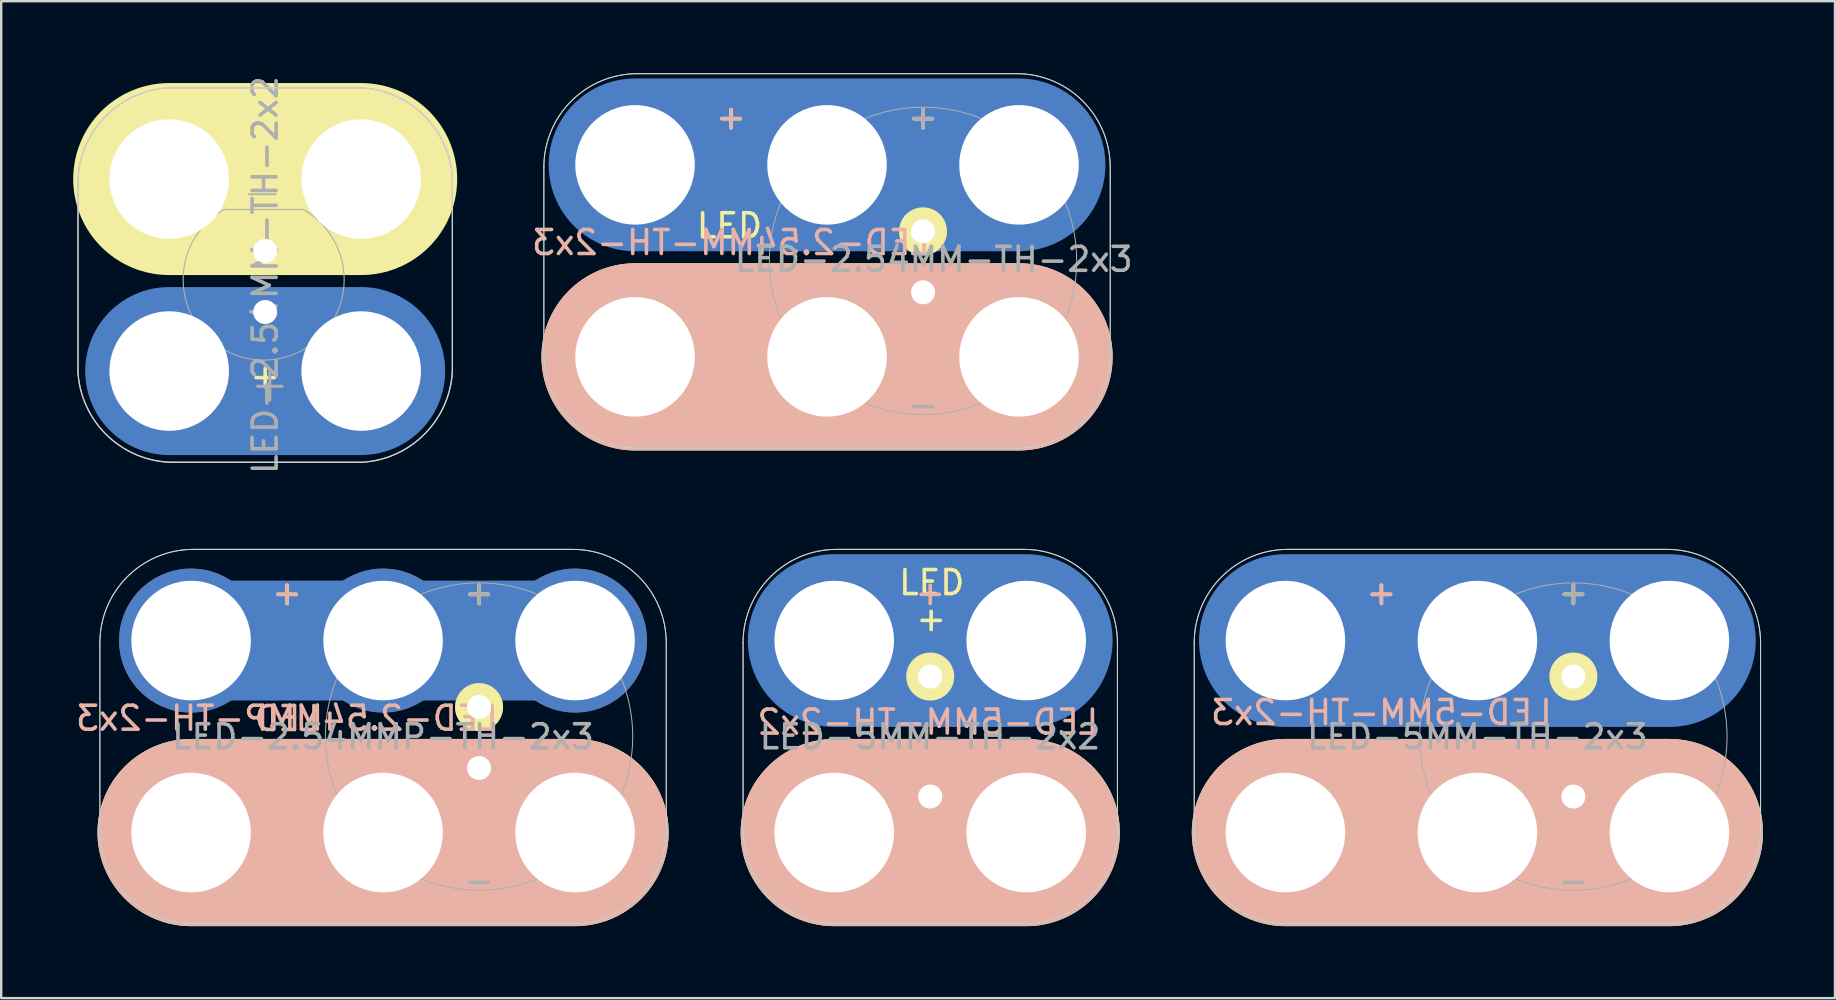
<source format=kicad_pcb>
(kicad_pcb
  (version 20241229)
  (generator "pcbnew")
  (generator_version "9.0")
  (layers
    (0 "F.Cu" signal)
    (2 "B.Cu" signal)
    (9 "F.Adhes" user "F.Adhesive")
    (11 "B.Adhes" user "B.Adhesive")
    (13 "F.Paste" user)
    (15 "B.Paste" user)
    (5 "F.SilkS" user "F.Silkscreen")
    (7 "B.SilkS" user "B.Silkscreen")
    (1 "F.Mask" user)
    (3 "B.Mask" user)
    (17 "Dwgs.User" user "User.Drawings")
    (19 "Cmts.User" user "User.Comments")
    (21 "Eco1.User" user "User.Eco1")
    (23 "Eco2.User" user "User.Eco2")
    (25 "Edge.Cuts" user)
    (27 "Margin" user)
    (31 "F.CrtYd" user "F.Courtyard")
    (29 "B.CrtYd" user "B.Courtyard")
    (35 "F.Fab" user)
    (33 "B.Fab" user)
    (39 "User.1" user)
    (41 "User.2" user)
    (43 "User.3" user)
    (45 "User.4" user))
  (footprint "LED-5MM-TH-2x3"
    (layer "F.Cu")
    (at 58.512 31.642)
    (property "Reference" "LED-5MM-TH-2x3" (at -4 -5 180) (layer "B.SilkS") (effects (font (size 1 1) (thickness 0.15)) (justify mirror)))
    (attr through_hole)
    (fp_line (start 8 -8) (end -8 -8) (stroke (width 7.2) (type solid)) (layer "B.Cu"))
    (fp_line (start 8 0) (end -8 0) (stroke (width 7.2) (type solid)) (layer "B.Cu"))
    (fp_line (start 8 -8) (end -8 -8) (stroke (width 7.2) (type solid)) (layer "B.Mask"))
    (fp_line (start 8 0) (end -8 0) (stroke (width 7.2) (type solid)) (layer "B.Mask"))
    (fp_line (start -8 0) (end 8 0) (stroke (width 7.8) (type solid)) (layer "F.SilkS"))
    (fp_line (start -8 0) (end 8 0) (stroke (width 7.8) (type solid)) (layer "B.SilkS"))
    (fp_line (start -11.8 -0.1) (end -11.8 -7.9) (stroke (width 0.041) (type solid)) (layer "Edge.Cuts"))
    (fp_line (start 7.9 -11.8) (end -7.9 -11.8) (stroke (width 0.041) (type solid)) (layer "Edge.Cuts"))
    (fp_line (start 7.9 3.8) (end -7.9 3.8) (stroke (width 0.041) (type solid)) (layer "Edge.Cuts"))
    (fp_line (start 11.8 -0.1) (end 11.8 -7.9) (stroke (width 0.041) (type solid)) (layer "Edge.Cuts"))
    (fp_arc (start -11.8 -7.9) (mid -10.657716 -10.657716) (end -7.9 -11.8) (stroke (width 0.04064) (type solid)) (layer "Edge.Cuts"))
    (fp_arc (start -7.9 3.8) (mid -10.657716 2.657716) (end -11.8 -0.1) (stroke (width 0.04064) (type solid)) (layer "Edge.Cuts"))
    (fp_arc (start 7.9 -11.8) (mid 10.657716 -10.657716) (end 11.8 -7.9) (stroke (width 0.04064) (type solid)) (layer "Edge.Cuts"))
    (fp_arc (start 11.8 -0.1) (mid 10.657716 2.657716) (end 7.9 3.8) (stroke (width 0.04064) (type solid)) (layer "Edge.Cuts"))
    (fp_line (start -11.8 -0.1) (end -11.8 -7.9) (stroke (width 0.041) (type solid)) (layer "F.Fab"))
    (fp_line (start 7.9 -11.8) (end -7.9 -11.8) (stroke (width 0.041) (type solid)) (layer "F.Fab"))
    (fp_line (start 7.9 3.8) (end -7.9 3.8) (stroke (width 0.041) (type solid)) (layer "F.Fab"))
    (fp_line (start 11.8 -0.1) (end 11.8 -7.9) (stroke (width 0.041) (type solid)) (layer "F.Fab"))
    (fp_arc (start -11.8 -7.9) (mid -10.657716 -10.657716) (end -7.9 -11.8) (stroke (width 0.04064) (type solid)) (layer "F.Fab"))
    (fp_arc (start -7.9 3.8) (mid -10.657716 2.657716) (end -11.8 -0.1) (stroke (width 0.04064) (type solid)) (layer "F.Fab"))
    (fp_arc (start 7.9 -11.8) (mid 10.657716 -10.657716) (end 11.8 -7.9) (stroke (width 0.04064) (type solid)) (layer "F.Fab"))
    (fp_arc (start 11.8 -0.1) (mid 10.657716 2.657716) (end 7.9 3.8) (stroke (width 0.04064) (type solid)) (layer "F.Fab"))
    (fp_circle (center 4 -4) (end 8 1) (stroke (width 0.041) (type solid)) (fill no) (layer "F.Fab"))
    (fp_text user "+" (at -4 -10 0) (layer "F.SilkS") (effects (font (size 1 1) (thickness 0.15))))
    (fp_text user "-" (at 4 3 0) (layer "F.SilkS") (effects (font (size 1 1) (thickness 0.15))))
    (fp_text user "+" (at 4 -10 0) (layer "F.SilkS") (effects (font (size 1 1) (thickness 0.15))))
    (fp_text user "+" (at 4 -10 0) (layer "B.SilkS") (effects (font (size 1 1) (thickness 0.15)) (justify mirror)))
    (fp_text user "+" (at -4 -10 0) (layer "B.SilkS") (effects (font (size 1 1) (thickness 0.15)) (justify mirror)))
    (fp_text user "-" (at 4 2 0) (layer "F.Fab") (effects (font (size 1 1) (thickness 0.15))))
    (fp_text user "${REFERENCE}" (at 0 -3.99 0) (layer "F.Fab") (effects (font (size 1 1) (thickness 0.15))))
    (fp_text user "+" (at 4 -10 0) (layer "F.Fab") (effects (font (size 1 1) (thickness 0.15))))
    (pad "+" thru_hole circle (at -8 -8) (size 6 6) (drill 4.98) (layers "*.Cu" "*.Mask"))
    (pad "+" thru_hole circle (at 0 -8) (size 6 6) (drill 4.98) (layers "*.Cu" "*.Mask"))
    (pad "+" thru_hole circle (at 4 -6.5) (size 2 2) (drill 1.001) (layers "*.Cu" "*.Mask" "F.SilkS"))
    (pad "+" thru_hole circle (at 8 -8) (size 6 6) (drill 4.98) (layers "*.Cu" "*.Mask"))
    (pad "-" thru_hole circle (at -8 0) (size 6 6) (drill 4.98) (layers "*.Cu" "*.Mask"))
    (pad "-" thru_hole circle (at 0 0) (size 6 6) (drill 4.98) (layers "*.Cu" "*.Mask"))
    (pad "-" thru_hole circle (at 4 -1.5 270) (size 1.9 1.9) (drill 1.001) (layers "*.Cu" "*.Mask" "F.SilkS"))
    (pad "-" thru_hole circle (at 8 0) (size 6 6) (drill 4.98) (layers "*.Cu" "*.Mask")))
  (footprint "LED-5MM-TH-2x2"
    (layer "F.Cu")
    (at 31.712 31.642)
    (property "Reference" "LED-5MM-TH-2x2" (at 3.9 -4.6 0) (layer "B.SilkS") (effects (font (size 1 1) (thickness 0.15)) (justify mirror)))
    (attr through_hole)
    (fp_line (start 8 -8) (end 0 -8) (stroke (width 7.2) (type solid)) (layer "B.Cu"))
    (fp_line (start 8 0) (end 0 0) (stroke (width 7.2) (type solid)) (layer "B.Cu"))
    (fp_line (start 8 -8) (end 0 -8) (stroke (width 7.2) (type solid)) (layer "B.Mask"))
    (fp_line (start 8 0) (end 0 0) (stroke (width 7.2) (type solid)) (layer "B.Mask"))
    (fp_line (start 0 0) (end 8 0) (stroke (width 7.8) (type solid)) (layer "F.SilkS"))
    (fp_line (start 0 0) (end 8 0) (stroke (width 7.8) (type solid)) (layer "B.SilkS"))
    (fp_line (start -3.8 -0.1) (end -3.8 -7.9) (stroke (width 0.041) (type solid)) (layer "Edge.Cuts"))
    (fp_line (start 7.9 -11.8) (end 0.1 -11.8) (stroke (width 0.041) (type solid)) (layer "Edge.Cuts"))
    (fp_line (start 7.9 3.8) (end 0.1 3.8) (stroke (width 0.041) (type solid)) (layer "Edge.Cuts"))
    (fp_line (start 11.8 -0.1) (end 11.8 -7.9) (stroke (width 0.041) (type solid)) (layer "Edge.Cuts"))
    (fp_arc (start -3.8 -7.9) (mid -2.657716 -10.657716) (end 0.1 -11.8) (stroke (width 0.04064) (type solid)) (layer "Edge.Cuts"))
    (fp_arc (start 0.1 3.8) (mid -2.657716 2.657716) (end -3.8 -0.1) (stroke (width 0.04064) (type solid)) (layer "Edge.Cuts"))
    (fp_arc (start 7.9 -11.8) (mid 10.657716 -10.657716) (end 11.8 -7.9) (stroke (width 0.04064) (type solid)) (layer "Edge.Cuts"))
    (fp_arc (start 11.8 -0.1) (mid 10.657716 2.657716) (end 7.9 3.8) (stroke (width 0.04064) (type solid)) (layer "Edge.Cuts"))
    (fp_line (start -3.8 -0.1) (end -3.8 -7.9) (stroke (width 0.041) (type solid)) (layer "F.Fab"))
    (fp_line (start 7.9 -11.8) (end 0.1 -11.8) (stroke (width 0.041) (type solid)) (layer "F.Fab"))
    (fp_line (start 7.9 3.8) (end 0.1 3.8) (stroke (width 0.041) (type solid)) (layer "F.Fab"))
    (fp_line (start 11.8 -0.1) (end 11.8 -7.9) (stroke (width 0.041) (type solid)) (layer "F.Fab"))
    (fp_arc (start -3.8 -7.9) (mid -2.657716 -10.657716) (end 0.1 -11.8) (stroke (width 0.04064) (type solid)) (layer "F.Fab"))
    (fp_arc (start 0.1 3.8) (mid -2.657716 2.657716) (end -3.8 -0.1) (stroke (width 0.04064) (type solid)) (layer "F.Fab"))
    (fp_arc (start 7.9 -11.8) (mid 10.657716 -10.657716) (end 11.8 -7.9) (stroke (width 0.04064) (type solid)) (layer "F.Fab"))
    (fp_arc (start 11.8 -0.1) (mid 10.657716 2.657716) (end 7.9 3.8) (stroke (width 0.04064) (type solid)) (layer "F.Fab"))
    (fp_text user "LED" (at 4.064 -10.414 180) (layer "F.SilkS") (effects (font (size 1 1) (thickness 0.15))))
    (fp_text user "+" (at 4.039 -8.915 0) (layer "F.SilkS") (effects (font (size 1 1) (thickness 0.15))))
    (fp_text user "-" (at 4 3 0) (layer "F.SilkS") (effects (font (size 1 1) (thickness 0.15))))
    (fp_text user "+" (at 4 -10 0) (layer "B.SilkS") (effects (font (size 1 1) (thickness 0.15)) (justify mirror)))
    (fp_text user "${REFERENCE}" (at 3.99 -3.99 0) (layer "F.Fab") (effects (font (size 1 1) (thickness 0.15))))
    (pad "+" thru_hole circle (at 0 -8) (size 6 6) (drill 4.98) (layers "*.Cu" "*.Mask"))
    (pad "+" thru_hole circle (at 4 -6.5) (size 2 2) (drill 1.001) (layers "*.Cu" "*.Mask" "F.SilkS"))
    (pad "+" thru_hole circle (at 8 -8) (size 6 6) (drill 4.98) (layers "*.Cu" "*.Mask"))
    (pad "-" thru_hole circle (at 0 0) (size 6 6) (drill 4.98) (layers "*.Cu" "*.Mask"))
    (pad "-" thru_hole circle (at 4 -1.5 270) (size 1.9 1.9) (drill 1.001) (layers "*.Cu" "*.Mask" "F.SilkS"))
    (pad "-" thru_hole circle (at 8 0) (size 6 6) (drill 4.98) (layers "*.Cu" "*.Mask")))
  (footprint "LED-2.54MM-TH-2x2"
    (layer "F.Cu")
    (at 4 12.411)
    (property "Reference" "LED-2.54MM-TH-2x2" (at 4 -4 90) (layer "F.Fab") (effects (font (size 1 1) (thickness 0.15))))
    (attr through_hole)
    (fp_line (start 4 -5.2) (end 4 -6.3) (stroke (width 2) (type solid)) (layer "B.Cu"))
    (fp_line (start 4 -1.35) (end 4 -2.45) (stroke (width 2) (type solid)) (layer "B.Cu"))
    (fp_line (start 8 -8) (end 0 -8) (stroke (width 7) (type solid)) (layer "B.Cu"))
    (fp_line (start 8 0) (end 0 0) (stroke (width 7) (type solid)) (layer "B.Cu"))
    (fp_line (start 8.001 -9.5) (end 0.025 -9.5) (stroke (width 4) (type solid)) (layer "B.Mask"))
    (fp_line (start 8.255 1.473) (end 0.279 1.473) (stroke (width 4) (type solid)) (layer "B.Mask"))
    (fp_arc (start -0.0254 -5.0546) (mid -2.092457 -10.136818) (end 2.971909 -8.0264) (stroke (width 1) (type solid)) (layer "B.Mask"))
    (fp_arc (start 2.9464 0.0254) (mid -2.135818 2.092457) (end -0.0254 -2.971909) (stroke (width 1) (type solid)) (layer "B.Mask"))
    (fp_arc (start 5.0292 -8.0518) (mid 10.111418 -10.118857) (end 8.001 -5.054491) (stroke (width 1) (type solid)) (layer "B.Mask"))
    (fp_arc (start 8.001 -2.9718) (mid 10.068057 2.110418) (end 5.003691 0) (stroke (width 1) (type solid)) (layer "B.Mask"))
    (fp_line (start 0 -8) (end 8 -8) (stroke (width 8) (type solid)) (layer "F.SilkS"))
    (fp_line (start 2.5 -6.23) (end 5.5 -6.23) (stroke (width 0.15) (type solid)) (layer "F.SilkS"))
    (fp_line (start -3.8 -8) (end -3.8 0) (stroke (width 0.05) (type solid)) (layer "Edge.Cuts"))
    (fp_line (start 0 -11.8) (end 8 -11.8) (stroke (width 0.05) (type solid)) (layer "Edge.Cuts"))
    (fp_line (start 0 3.8) (end 8 3.8) (stroke (width 0.05) (type solid)) (layer "Edge.Cuts"))
    (fp_line (start 11.8 -8) (end 11.8 0) (stroke (width 0.05) (type solid)) (layer "Edge.Cuts"))
    (fp_arc (start -3.8 -8) (mid -2.636928 -10.631138) (end -0.009972 -11.803625) (stroke (width 0.05) (type solid)) (layer "Edge.Cuts"))
    (fp_arc (start 0 3.8) (mid -2.631138 2.636928) (end -3.803625 0.009972) (stroke (width 0.05) (type solid)) (layer "Edge.Cuts"))
    (fp_arc (start 8 -11.8) (mid 10.631138 -10.636928) (end 11.803625 -8.009972) (stroke (width 0.05) (type solid)) (layer "Edge.Cuts"))
    (fp_arc (start 11.8 0) (mid 10.636928 2.631138) (end 8.009972 3.803625) (stroke (width 0.05) (type solid)) (layer "Edge.Cuts"))
    (fp_line (start -3.8 -8) (end -3.8 0) (stroke (width 0.05) (type solid)) (layer "F.Fab"))
    (fp_line (start 0 -11.8) (end 8 -11.8) (stroke (width 0.05) (type solid)) (layer "F.Fab"))
    (fp_line (start 0 3.8) (end 8 3.8) (stroke (width 0.05) (type solid)) (layer "F.Fab"))
    (fp_line (start 2.286 -6.731) (end 5.588 -6.731) (stroke (width 0.046) (type solid)) (layer "F.Fab"))
    (fp_line (start 3.302 -7.366) (end 4.445 -7.366) (stroke (width 0.076) (type solid)) (layer "F.Fab"))
    (fp_line (start 3.683 0.635) (end 4.699 0.635) (stroke (width 0.127) (type solid)) (layer "F.Fab"))
    (fp_line (start 4.191 1.206) (end 4.191 0.064) (stroke (width 0.127) (type solid)) (layer "F.Fab"))
    (fp_line (start 11.8 -8) (end 11.8 0) (stroke (width 0.05) (type solid)) (layer "F.Fab"))
    (fp_arc (start -3.8 -8) (mid -2.636928 -10.631138) (end -0.009972 -11.803625) (stroke (width 0.05) (type solid)) (layer "F.Fab"))
    (fp_arc (start 0 3.8) (mid -2.631138 2.636928) (end -3.803625 0.009972) (stroke (width 0.05) (type solid)) (layer "F.Fab"))
    (fp_arc (start 5.588 -6.731) (mid 3.937 -0.454699) (end 2.286 -6.731) (stroke (width 0.0464) (type solid)) (layer "F.Fab"))
    (fp_arc (start 8 -11.8) (mid 10.631138 -10.636928) (end 11.803625 -8.009972) (stroke (width 0.05) (type solid)) (layer "F.Fab"))
    (fp_arc (start 11.8 0) (mid 10.636928 2.631138) (end 8.009972 3.803625) (stroke (width 0.05) (type solid)) (layer "F.Fab"))
    (fp_text user "+" (at 4 0.2 0) (layer "F.SilkS") (effects (font (size 1 1) (thickness 0.15))))
    (pad "+" thru_hole circle (at 0 0) (size 6 6) (drill 4.98) (layers "*.Cu" "F.Mask"))
    (pad "+" thru_hole circle (at 4 -2.46 270) (size 1.9 1.9) (drill 1.001) (layers "*.Cu" "*.Mask"))
    (pad "+" thru_hole circle (at 8 0) (size 6 6) (drill 4.98) (layers "*.Cu" "F.Mask"))
    (pad "-" thru_hole circle (at 0 -8) (size 6 6) (drill 4.98) (layers "*.Cu" "F.Mask"))
    (pad "-" thru_hole circle (at 4 -5) (size 2 2) (drill 1.001) (layers "*.Cu" "*.Mask"))
    (pad "-" thru_hole circle (at 8 -8) (size 6 6) (drill 4.98) (layers "*.Cu" "F.Mask")))
  (footprint "LED-2.54MM-TH-2x3"
    (layer "F.Cu")
    (at 31.412 11.82)
    (property "Reference" "LED-2.54MM-TH-2x3" (at -4.002 -4.763 0) (layer "B.SilkS") (effects (font (size 1 1) (thickness 0.15)) (justify mirror)))
    (attr through_hole)
    (fp_line (start 8 -8) (end -8 -8) (stroke (width 7.2) (type solid)) (layer "B.Cu"))
    (fp_line (start 8 0) (end -8 0) (stroke (width 7.2) (type solid)) (layer "B.Cu"))
    (fp_line (start 8 -8) (end -8 -8) (stroke (width 7.2) (type solid)) (layer "B.Mask"))
    (fp_line (start 8 0) (end -8 0) (stroke (width 7.2) (type solid)) (layer "B.Mask"))
    (fp_line (start -8 0) (end 8 0) (stroke (width 7.8) (type solid)) (layer "F.SilkS"))
    (fp_line (start -8 0) (end 8 0) (stroke (width 7.8) (type solid)) (layer "B.SilkS"))
    (fp_line (start -11.8 -0.1) (end -11.8 -7.9) (stroke (width 0.041) (type solid)) (layer "Edge.Cuts"))
    (fp_line (start 7.9 -11.8) (end -7.9 -11.8) (stroke (width 0.041) (type solid)) (layer "Edge.Cuts"))
    (fp_line (start 7.9 3.8) (end -7.9 3.8) (stroke (width 0.041) (type solid)) (layer "Edge.Cuts"))
    (fp_line (start 11.8 -0.1) (end 11.8 -7.9) (stroke (width 0.041) (type solid)) (layer "Edge.Cuts"))
    (fp_arc (start -11.8 -7.9) (mid -10.657716 -10.657716) (end -7.9 -11.8) (stroke (width 0.04064) (type solid)) (layer "Edge.Cuts"))
    (fp_arc (start -7.9 3.8) (mid -10.657716 2.657716) (end -11.8 -0.1) (stroke (width 0.04064) (type solid)) (layer "Edge.Cuts"))
    (fp_arc (start 7.9 -11.8) (mid 10.657716 -10.657716) (end 11.8 -7.9) (stroke (width 0.04064) (type solid)) (layer "Edge.Cuts"))
    (fp_arc (start 11.8 -0.1) (mid 10.657716 2.657716) (end 7.9 3.8) (stroke (width 0.04064) (type solid)) (layer "Edge.Cuts"))
    (fp_line (start -11.8 -0.1) (end -11.8 -7.9) (stroke (width 0.041) (type solid)) (layer "F.Fab"))
    (fp_line (start 7.9 -11.8) (end -7.9 -11.8) (stroke (width 0.041) (type solid)) (layer "F.Fab"))
    (fp_line (start 7.9 3.8) (end -7.9 3.8) (stroke (width 0.041) (type solid)) (layer "F.Fab"))
    (fp_line (start 11.8 -0.1) (end 11.8 -7.9) (stroke (width 0.041) (type solid)) (layer "F.Fab"))
    (fp_arc (start -11.8 -7.9) (mid -10.657716 -10.657716) (end -7.9 -11.8) (stroke (width 0.04064) (type solid)) (layer "F.Fab"))
    (fp_arc (start -7.9 3.8) (mid -10.657716 2.657716) (end -11.8 -0.1) (stroke (width 0.04064) (type solid)) (layer "F.Fab"))
    (fp_arc (start 7.9 -11.8) (mid 10.657716 -10.657716) (end 11.8 -7.9) (stroke (width 0.04064) (type solid)) (layer "F.Fab"))
    (fp_arc (start 11.8 -0.1) (mid 10.657716 2.657716) (end 7.9 3.8) (stroke (width 0.04064) (type solid)) (layer "F.Fab"))
    (fp_circle (center 4 -4) (end 8 1) (stroke (width 0.041) (type solid)) (fill no) (layer "F.Fab"))
    (fp_text user "-" (at 4 3 0) (layer "F.SilkS") (effects (font (size 1 1) (thickness 0.15))))
    (fp_text user "+" (at 4 -10 0) (layer "F.SilkS") (effects (font (size 1 1) (thickness 0.15))))
    (fp_text user "+" (at -4 -10 0) (layer "F.SilkS") (effects (font (size 1 1) (thickness 0.15))))
    (fp_text user "LED" (at -4.065 -5.461 0) (layer "F.SilkS") (effects (font (size 1 1) (thickness 0.15))))
    (fp_text user "+" (at 4 -10 0) (layer "B.SilkS") (effects (font (size 1 1) (thickness 0.15)) (justify mirror)))
    (fp_text user "+" (at -4 -10 0) (layer "B.SilkS") (effects (font (size 1 1) (thickness 0.15)) (justify mirror)))
    (fp_text user "-" (at 4 2 0) (layer "F.Fab") (effects (font (size 1 1) (thickness 0.15))))
    (fp_text user "${REFERENCE}" (at 4.445 -4.064 0) (layer "F.Fab") (effects (font (size 1 1) (thickness 0.15))))
    (fp_text user "+" (at 4 -10 0) (layer "F.Fab") (effects (font (size 1 1) (thickness 0.15))))
    (pad "+" thru_hole circle (at -8 -8) (size 6 6) (drill 4.98) (layers "*.Cu" "B.Mask"))
    (pad "+" thru_hole circle (at 0 -8) (size 6 6) (drill 4.98) (layers "*.Cu" "B.Mask"))
    (pad "+" thru_hole circle (at 4 -5.23) (size 2 2) (drill 1.001) (layers "*.Cu" "*.Mask" "F.SilkS"))
    (pad "+" thru_hole circle (at 8 -8) (size 6 6) (drill 4.98) (layers "*.Cu" "B.Mask"))
    (pad "-" thru_hole circle (at -8 0) (size 6 6) (drill 4.98) (layers "*.Cu" "B.Mask"))
    (pad "-" thru_hole circle (at 0 0) (size 6 6) (drill 4.98) (layers "*.Cu" "B.Mask"))
    (pad "-" thru_hole circle (at 4 -2.69 270) (size 1.9 1.9) (drill 1.001) (layers "*.Cu" "*.Mask" "F.SilkS"))
    (pad "-" thru_hole circle (at 8 0) (size 6 6) (drill 4.98) (layers "*.Cu" "B.Mask")))
  (footprint "LED-2.54MMP-TH-2x3"
    (layer "F.Cu")
    (at 12.912 31.642)
    (property "Reference" "LED-2.54MMP-TH-2x3" (at -4.002 -4.763 0) (layer "B.SilkS") (effects (font (size 1 1) (thickness 0.15)) (justify mirror)))
    (attr through_hole)
    (fp_line (start 8 -8) (end -8 -8) (stroke (width 5) (type solid)) (layer "B.Cu"))
    (fp_line (start 8 0) (end -8 0) (stroke (width 5) (type solid)) (layer "B.Cu"))
    (fp_line (start 8 -8) (end -8 -8) (stroke (width 5) (type solid)) (layer "B.Mask"))
    (fp_line (start 8 0) (end -8 0) (stroke (width 5) (type solid)) (layer "B.Mask"))
    (fp_line (start -8 0) (end 8 0) (stroke (width 7.8) (type solid)) (layer "F.SilkS"))
    (fp_line (start -8 0) (end 8 0) (stroke (width 7.8) (type solid)) (layer "B.SilkS"))
    (fp_line (start -11.8 -0.1) (end -11.8 -7.9) (stroke (width 0.041) (type solid)) (layer "Edge.Cuts"))
    (fp_line (start 7.9 -11.8) (end -7.9 -11.8) (stroke (width 0.041) (type solid)) (layer "Edge.Cuts"))
    (fp_line (start 7.9 3.8) (end -7.9 3.8) (stroke (width 0.041) (type solid)) (layer "Edge.Cuts"))
    (fp_line (start 11.8 -0.1) (end 11.8 -7.9) (stroke (width 0.041) (type solid)) (layer "Edge.Cuts"))
    (fp_arc (start -11.8 -7.9) (mid -10.657716 -10.657716) (end -7.9 -11.8) (stroke (width 0.04064) (type solid)) (layer "Edge.Cuts"))
    (fp_arc (start -7.9 3.8) (mid -10.657716 2.657716) (end -11.8 -0.1) (stroke (width 0.04064) (type solid)) (layer "Edge.Cuts"))
    (fp_arc (start 7.9 -11.8) (mid 10.657716 -10.657716) (end 11.8 -7.9) (stroke (width 0.04064) (type solid)) (layer "Edge.Cuts"))
    (fp_arc (start 11.8 -0.1) (mid 10.657716 2.657716) (end 7.9 3.8) (stroke (width 0.04064) (type solid)) (layer "Edge.Cuts"))
    (fp_line (start -11.8 -0.1) (end -11.8 -7.9) (stroke (width 0.041) (type solid)) (layer "F.Fab"))
    (fp_line (start 7.9 -11.8) (end -7.9 -11.8) (stroke (width 0.041) (type solid)) (layer "F.Fab"))
    (fp_line (start 7.9 3.8) (end -7.9 3.8) (stroke (width 0.041) (type solid)) (layer "F.Fab"))
    (fp_line (start 11.8 -0.1) (end 11.8 -7.9) (stroke (width 0.041) (type solid)) (layer "F.Fab"))
    (fp_arc (start -11.8 -7.9) (mid -10.657716 -10.657716) (end -7.9 -11.8) (stroke (width 0.04064) (type solid)) (layer "F.Fab"))
    (fp_arc (start -7.9 3.8) (mid -10.657716 2.657716) (end -11.8 -0.1) (stroke (width 0.04064) (type solid)) (layer "F.Fab"))
    (fp_arc (start 7.9 -11.8) (mid 10.657716 -10.657716) (end 11.8 -7.9) (stroke (width 0.04064) (type solid)) (layer "F.Fab"))
    (fp_arc (start 11.8 -0.1) (mid 10.657716 2.657716) (end 7.9 3.8) (stroke (width 0.04064) (type solid)) (layer "F.Fab"))
    (fp_circle (center 4 -4) (end 8 1) (stroke (width 0.041) (type solid)) (fill no) (layer "F.Fab"))
    (fp_text user "+" (at 4 -10 0) (layer "F.SilkS") (effects (font (size 1 1) (thickness 0.15))))
    (fp_text user "-" (at 4 3 0) (layer "F.SilkS") (effects (font (size 1 1) (thickness 0.15))))
    (fp_text user "+" (at -4 -10 0) (layer "F.SilkS") (effects (font (size 1 1) (thickness 0.15))))
    (fp_text user "LED" (at -4 -4.75 0) (layer "B.SilkS") (effects (font (size 1 1) (thickness 0.15)) (justify mirror)))
    (fp_text user "+" (at 4 -10 0) (layer "B.SilkS") (effects (font (size 1 1) (thickness 0.15)) (justify mirror)))
    (fp_text user "+" (at -4 -10 0) (layer "B.SilkS") (effects (font (size 1 1) (thickness 0.15)) (justify mirror)))
    (fp_text user "${REFERENCE}" (at 0 -3.99 0) (layer "F.Fab") (effects (font (size 1 1) (thickness 0.15))))
    (fp_text user "+" (at 4 -10 0) (layer "F.Fab") (effects (font (size 1 1) (thickness 0.15))))
    (fp_text user "-" (at 4 2 0) (layer "F.Fab") (effects (font (size 1 1) (thickness 0.15))))
    (pad "+" thru_hole circle (at -8 -8) (size 6 6) (drill 4.98) (layers "*.Cu" "*.Mask"))
    (pad "+" thru_hole circle (at 0 -8) (size 6 6) (drill 4.98) (layers "*.Cu" "*.Mask"))
    (pad "+" thru_hole circle (at 4 -5.23) (size 2 2) (drill 1.001) (layers "*.Cu" "*.Mask" "F.SilkS"))
    (pad "+" thru_hole circle (at 8 -8) (size 6 6) (drill 4.98) (layers "*.Cu" "*.Mask"))
    (pad "-" thru_hole circle (at -8 0) (size 6 6) (drill 4.98) (layers "*.Cu" "*.Mask"))
    (pad "-" thru_hole circle (at 0 0) (size 6 6) (drill 4.98) (layers "*.Cu" "*.Mask"))
    (pad "-" thru_hole circle (at 4 -2.69 270) (size 1.9 1.9) (drill 1.001) (layers "*.Cu" "*.Mask" "F.SilkS"))
    (pad "-" thru_hole circle (at 8 0) (size 6 6) (drill 4.98) (layers "*.Cu" "*.Mask")))
  (gr_rect
    (start -3 -3)
    (end 73.412 38.542)
    (stroke (width 0.1) (type default))
    (fill no)
    (layer "Edge.Cuts")))
</source>
